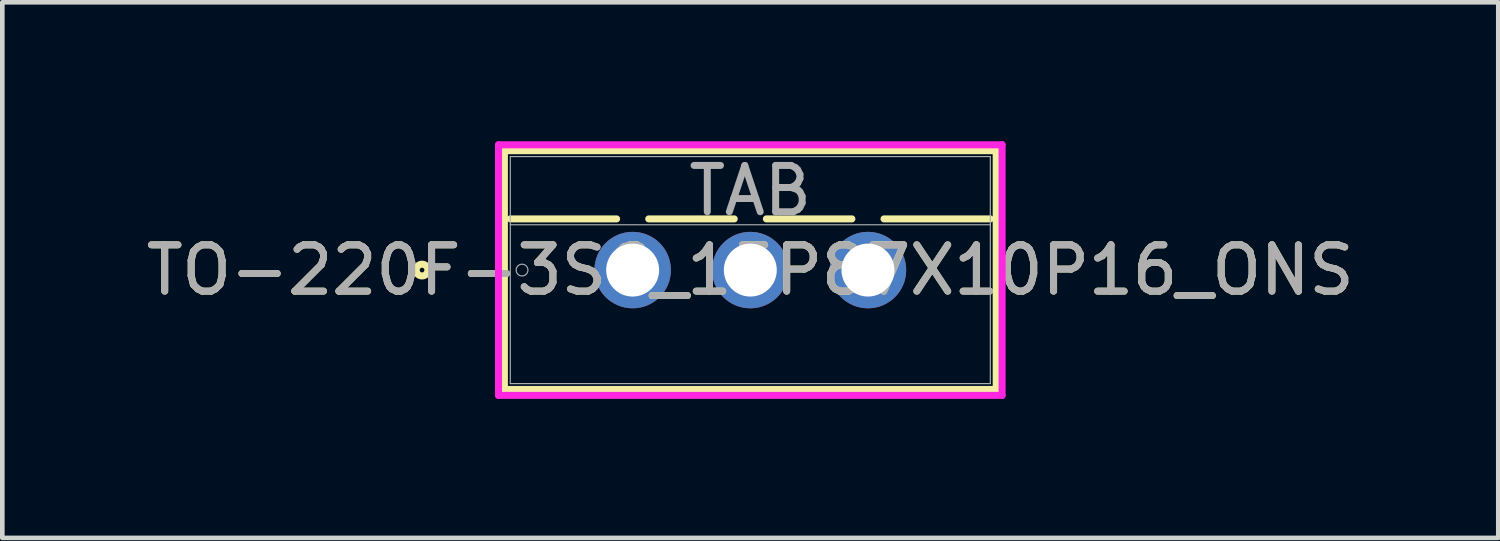
<source format=kicad_pcb>
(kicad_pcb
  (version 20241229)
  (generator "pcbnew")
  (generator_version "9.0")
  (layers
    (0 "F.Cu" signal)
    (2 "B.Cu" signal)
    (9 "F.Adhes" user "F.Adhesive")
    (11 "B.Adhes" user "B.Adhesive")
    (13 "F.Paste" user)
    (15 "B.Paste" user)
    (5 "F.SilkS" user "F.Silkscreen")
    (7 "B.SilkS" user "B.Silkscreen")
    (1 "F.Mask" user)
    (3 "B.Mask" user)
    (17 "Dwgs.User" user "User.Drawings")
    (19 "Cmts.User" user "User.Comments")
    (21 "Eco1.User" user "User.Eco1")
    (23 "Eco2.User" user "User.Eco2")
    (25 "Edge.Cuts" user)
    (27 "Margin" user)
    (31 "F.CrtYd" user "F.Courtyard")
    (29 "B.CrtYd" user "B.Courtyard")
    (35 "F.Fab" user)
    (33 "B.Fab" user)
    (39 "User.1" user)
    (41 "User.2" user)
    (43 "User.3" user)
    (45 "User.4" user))
  (footprint "TO-220F-3SG_15P87X10P16_ONS"
    (layer "F.Cu")
    (at 10.609 2.781)
    (property "Reference" "TO-220F-3SG_15P87X10P16_ONS" (at 2.54 0 0) (unlocked yes) (layer "F.SilkS") (effects (font (size 1 1) (thickness 0.15))))
    (attr through_hole)
    (fp_line (start -2.769 -2.578) (end -2.769 2.578) (stroke (width 0.152) (type solid)) (layer "F.SilkS"))
    (fp_line (start -2.769 2.578) (end 7.849 2.578) (stroke (width 0.152) (type solid)) (layer "F.SilkS"))
    (fp_line (start -2.642 -1.105) (end -0.347 -1.105) (stroke (width 0.152) (type solid)) (layer "F.SilkS"))
    (fp_line (start 0.347 -1.105) (end 2.193 -1.105) (stroke (width 0.152) (type solid)) (layer "F.SilkS"))
    (fp_line (start 2.887 -1.105) (end 4.733 -1.105) (stroke (width 0.152) (type solid)) (layer "F.SilkS"))
    (fp_line (start 5.427 -1.105) (end 7.722 -1.105) (stroke (width 0.152) (type solid)) (layer "F.SilkS"))
    (fp_line (start 7.849 -2.578) (end -2.769 -2.578) (stroke (width 0.152) (type solid)) (layer "F.SilkS"))
    (fp_line (start 7.849 2.578) (end 7.849 -2.578) (stroke (width 0.152) (type solid)) (layer "F.SilkS"))
    (fp_circle (center -4.547 0) (end -4.42 0) (stroke (width 0.152) (type solid)) (fill no) (layer "F.SilkS"))
    (fp_line (start -2.896 -2.705) (end -2.896 2.705) (stroke (width 0.152) (type solid)) (layer "F.CrtYd"))
    (fp_line (start -2.896 2.705) (end 7.976 2.705) (stroke (width 0.152) (type solid)) (layer "F.CrtYd"))
    (fp_line (start 7.976 -2.705) (end -2.896 -2.705) (stroke (width 0.152) (type solid)) (layer "F.CrtYd"))
    (fp_line (start 7.976 2.705) (end 7.976 -2.705) (stroke (width 0.152) (type solid)) (layer "F.CrtYd"))
    (fp_line (start -2.642 -2.451) (end -2.642 2.451) (stroke (width 0.025) (type solid)) (layer "F.Fab"))
    (fp_line (start -2.642 -0.978) (end 7.722 -0.978) (stroke (width 0.025) (type solid)) (layer "F.Fab"))
    (fp_line (start -2.642 2.451) (end 7.722 2.451) (stroke (width 0.025) (type solid)) (layer "F.Fab"))
    (fp_line (start 7.722 -2.451) (end -2.642 -2.451) (stroke (width 0.025) (type solid)) (layer "F.Fab"))
    (fp_line (start 7.722 2.451) (end 7.722 -2.451) (stroke (width 0.025) (type solid)) (layer "F.Fab"))
    (fp_circle (center -2.388 0) (end -2.261 0) (stroke (width 0.025) (type solid)) (fill no) (layer "F.Fab"))
    (fp_text user "TAB" (at 2.54 -1.714 0) (unlocked yes) (layer "F.Fab") (effects (font (size 1 1) (thickness 0.15))))
    (fp_text user "${REFERENCE}" (at 2.54 0 0) (unlocked yes) (layer "F.Fab") (effects (font (size 1 1) (thickness 0.15))))
    (pad "1" thru_hole circle (at 0 0) (size 1.651 1.651) (drill 1.143) (layers "*.Cu" "*.Mask"))
    (pad "2" thru_hole circle (at 2.54 0) (size 1.651 1.651) (drill 1.143) (layers "*.Cu" "*.Mask"))
    (pad "3" thru_hole circle (at 5.08 0) (size 1.651 1.651) (drill 1.143) (layers "*.Cu" "*.Mask")))
  (gr_rect
    (start -3 -3)
    (end 29.298 8.563)
    (stroke (width 0.1) (type default))
    (fill no)
    (layer "Edge.Cuts")))
</source>
